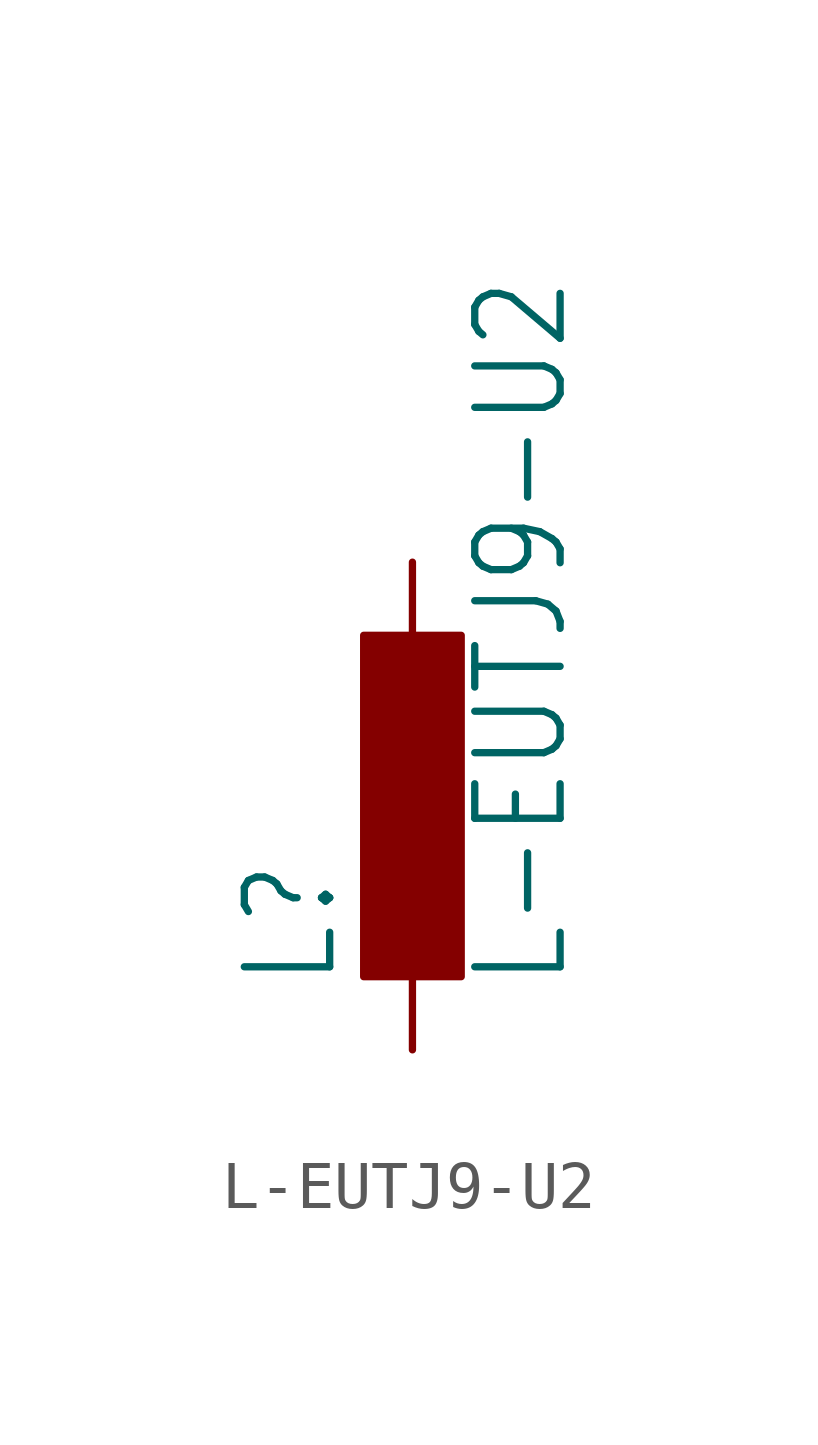
<source format=kicad_sym>
(kicad_symbol_lib
  (version 20211014)
  (generator kicad_symbol_editor)
  (symbol "L-EUTJ9-U2"
    (property "Reference" "L"
      (at -1.499 -3.81 90)
      (effects (font (size 1.778 1.511)) (justify left bottom)))
    (property "Value" "L-EUTJ9-U2"
      (at 3.302 -3.81 90)
      (effects (font (size 1.778 1.511)) (justify left bottom)))
    (property "ki_locked" ""
      (at 0 0 0)
      (effects (font (size 1.27 1.27))))
    (symbol "L-EUTJ9-U2_1_0"
      (rectangle (start -1.016 -3.556) (end 1.016 3.556) (stroke (width 0) (type default) (color 0 0 0 0)) (fill (type outline)))
      (pin passive line (at 0 5.08 270) (length 2.54) (name "1" (effects (font (size 0 0)))) (number "1" (effects (font (size 0 0)))))
      (pin passive line (at 0 -5.08 90) (length 2.54) (name "2" (effects (font (size 0 0)))) (number "2" (effects (font (size 0 0))))))))
</source>
